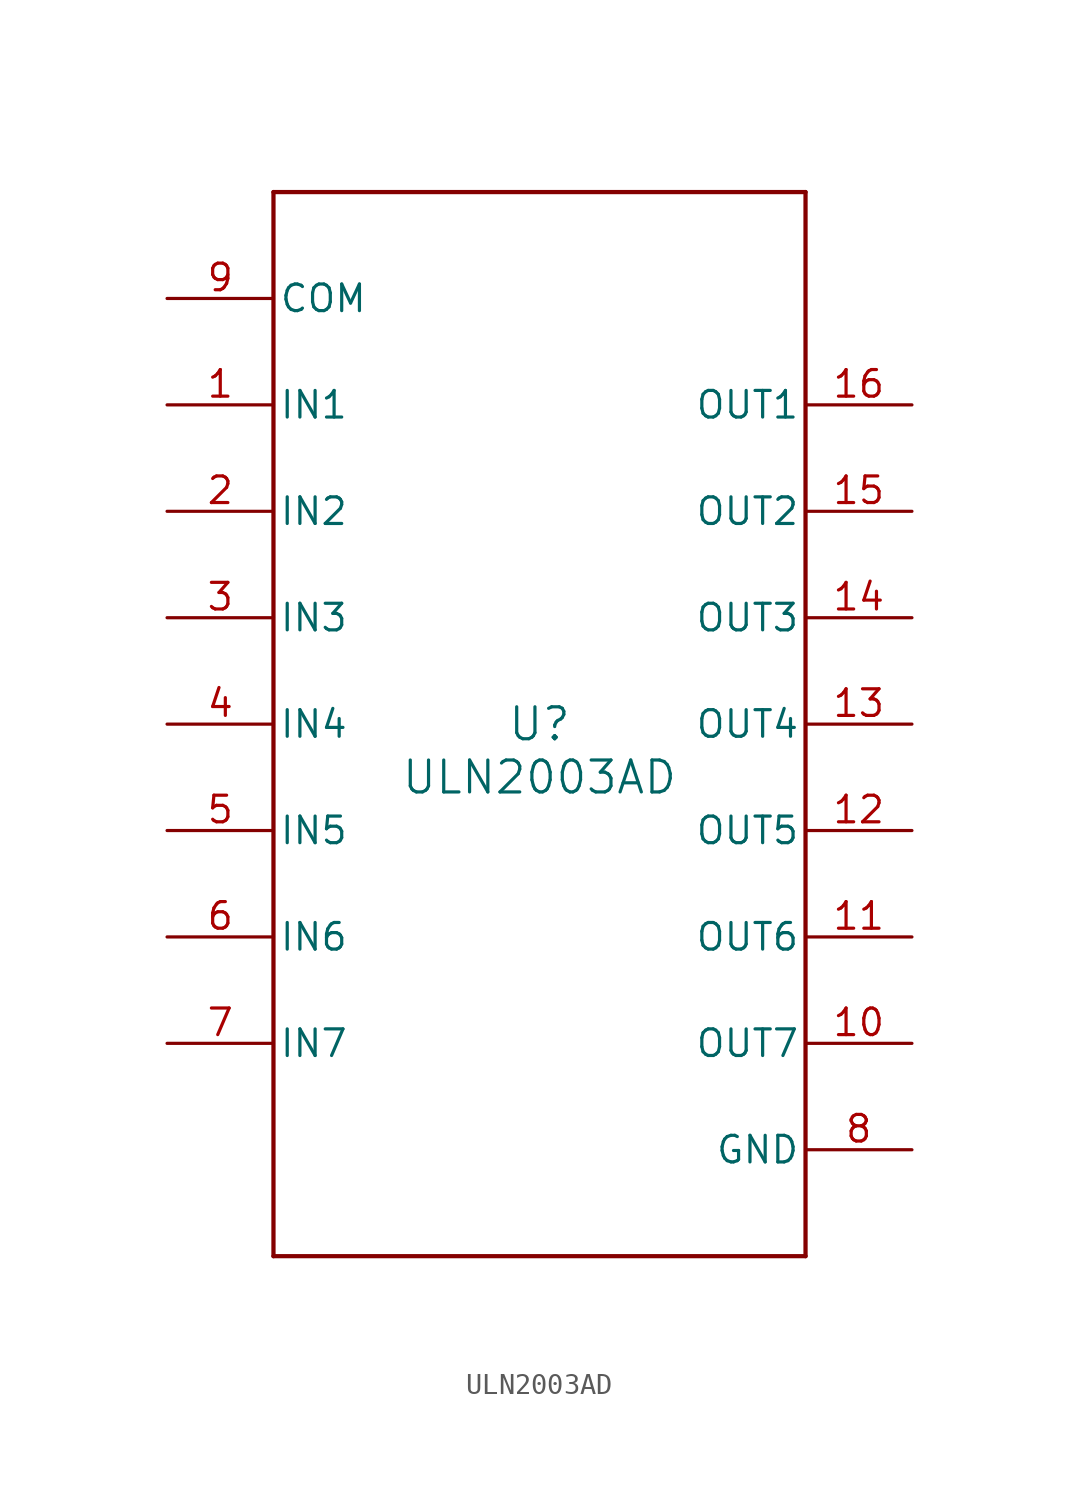
<source format=kicad_sym>
(kicad_symbol_lib
  (version 20211014)
  (generator kicad_symbol_editor)
  (symbol "ULN2003AD"
    (pin_names
      (offset 0.254))
    (property "Reference" "U"
      (at 0 2.54 0)
      (effects (font (size 1.524 1.524))))
    (property "Value" "ULN2003AD"
      (at 0 0 0)
      (effects (font (size 1.524 1.524))))
    (symbol "ULN2003AD_0_1"
      (polyline (pts (xy -12.7 -22.86) (xy 12.7 -22.86)) (stroke (width 0.203) (type default) (color 0 0 0 0)) (fill (type none)))
      (polyline (pts (xy 12.7 -22.86) (xy 12.7 27.94)) (stroke (width 0.203) (type default) (color 0 0 0 0)) (fill (type none)))
      (polyline (pts (xy 12.7 27.94) (xy -12.7 27.94)) (stroke (width 0.203) (type default) (color 0 0 0 0)) (fill (type none)))
      (polyline (pts (xy -12.7 27.94) (xy -12.7 -22.86)) (stroke (width 0.203) (type default) (color 0 0 0 0)) (fill (type none)))
      (pin input line (at -17.78 17.78 0) (length 5.08) (name "IN1" (effects (font (size 1.27 1.27)))) (number "1" (effects (font (size 1.27 1.27)))))
      (pin input line (at -17.78 12.7 0) (length 5.08) (name "IN2" (effects (font (size 1.27 1.27)))) (number "2" (effects (font (size 1.27 1.27)))))
      (pin input line (at -17.78 7.62 0) (length 5.08) (name "IN3" (effects (font (size 1.27 1.27)))) (number "3" (effects (font (size 1.27 1.27)))))
      (pin input line (at -17.78 2.54 0) (length 5.08) (name "IN4" (effects (font (size 1.27 1.27)))) (number "4" (effects (font (size 1.27 1.27)))))
      (pin input line (at -17.78 -2.54 0) (length 5.08) (name "IN5" (effects (font (size 1.27 1.27)))) (number "5" (effects (font (size 1.27 1.27)))))
      (pin input line (at -17.78 -7.62 0) (length 5.08) (name "IN6" (effects (font (size 1.27 1.27)))) (number "6" (effects (font (size 1.27 1.27)))))
      (pin input line (at -17.78 -12.7 0) (length 5.08) (name "IN7" (effects (font (size 1.27 1.27)))) (number "7" (effects (font (size 1.27 1.27)))))
      (pin power_in line (at 17.78 -17.78 180) (length 5.08) (name "GND" (effects (font (size 1.27 1.27)))) (number "8" (effects (font (size 1.27 1.27)))))
      (pin power_in line (at -17.78 22.86 0) (length 5.08) (name "COM" (effects (font (size 1.27 1.27)))) (number "9" (effects (font (size 1.27 1.27)))))
      (pin output line (at 17.78 -12.7 180) (length 5.08) (name "OUT7" (effects (font (size 1.27 1.27)))) (number "10" (effects (font (size 1.27 1.27)))))
      (pin output line (at 17.78 -7.62 180) (length 5.08) (name "OUT6" (effects (font (size 1.27 1.27)))) (number "11" (effects (font (size 1.27 1.27)))))
      (pin output line (at 17.78 -2.54 180) (length 5.08) (name "OUT5" (effects (font (size 1.27 1.27)))) (number "12" (effects (font (size 1.27 1.27)))))
      (pin output line (at 17.78 2.54 180) (length 5.08) (name "OUT4" (effects (font (size 1.27 1.27)))) (number "13" (effects (font (size 1.27 1.27)))))
      (pin output line (at 17.78 7.62 180) (length 5.08) (name "OUT3" (effects (font (size 1.27 1.27)))) (number "14" (effects (font (size 1.27 1.27)))))
      (pin output line (at 17.78 12.7 180) (length 5.08) (name "OUT2" (effects (font (size 1.27 1.27)))) (number "15" (effects (font (size 1.27 1.27)))))
      (pin output line (at 17.78 17.78 180) (length 5.08) (name "OUT1" (effects (font (size 1.27 1.27)))) (number "16" (effects (font (size 1.27 1.27))))))))
</source>
